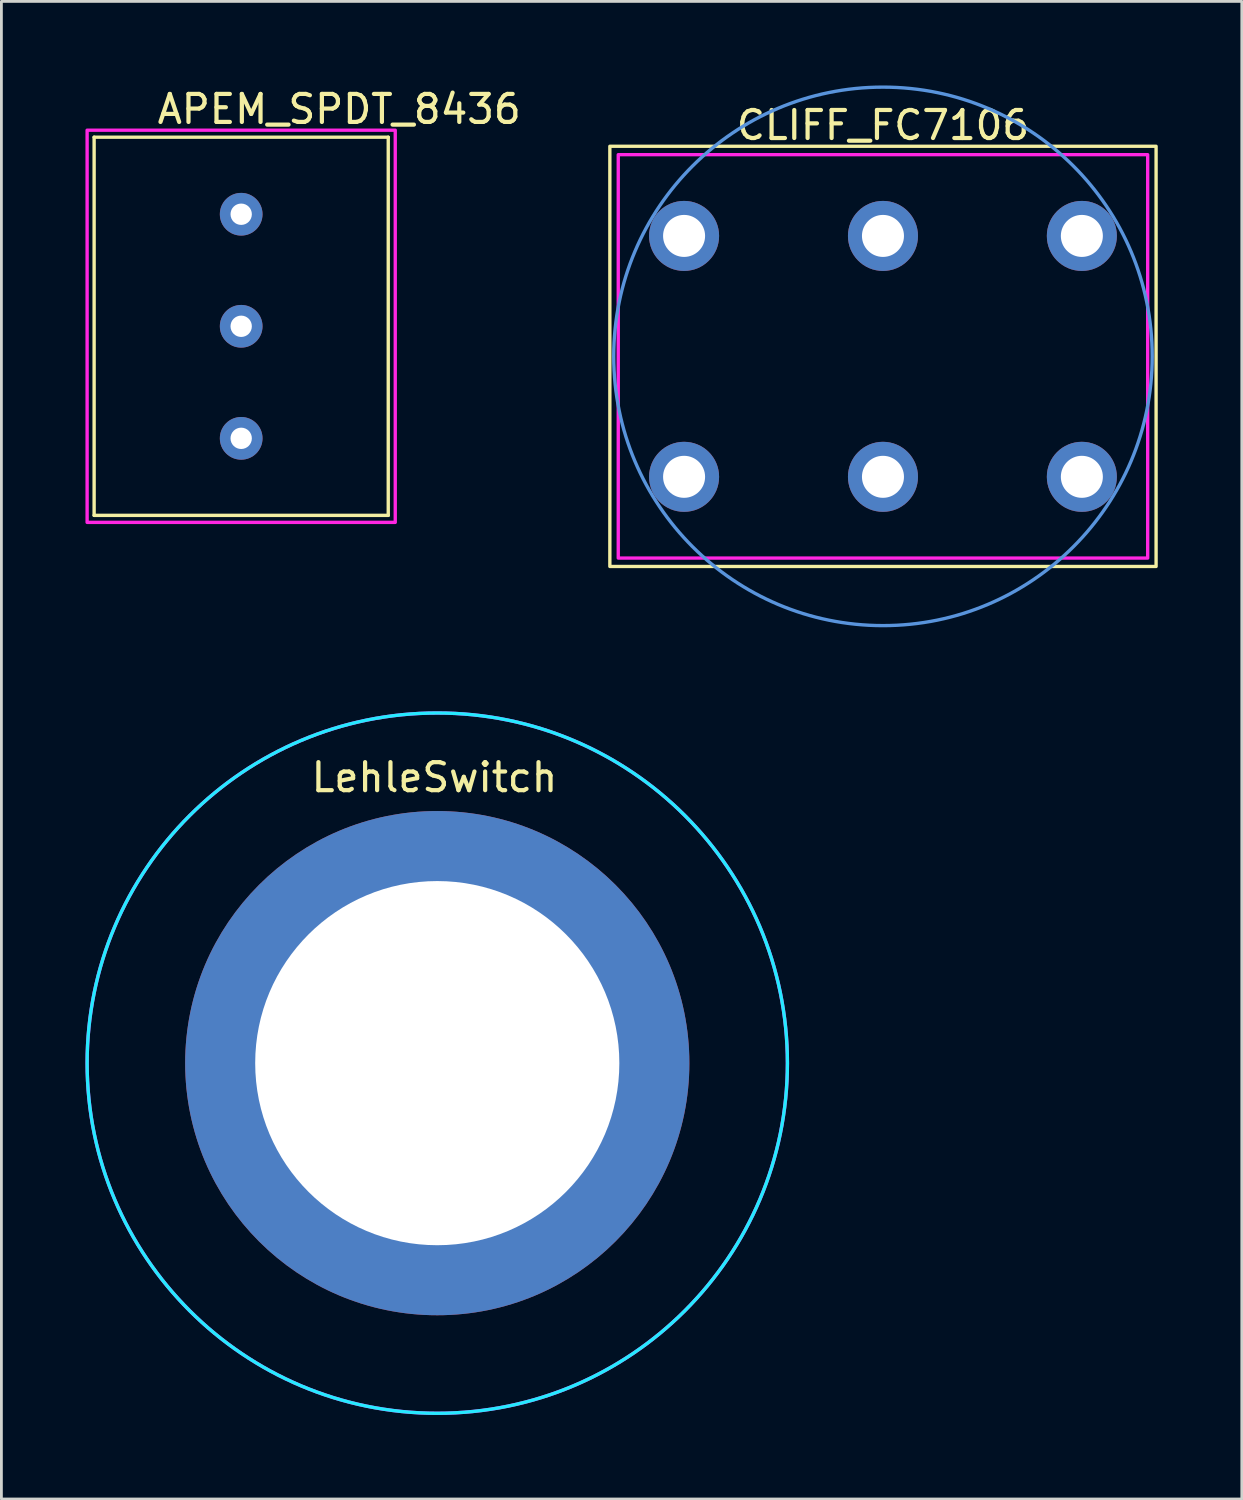
<source format=kicad_pcb>
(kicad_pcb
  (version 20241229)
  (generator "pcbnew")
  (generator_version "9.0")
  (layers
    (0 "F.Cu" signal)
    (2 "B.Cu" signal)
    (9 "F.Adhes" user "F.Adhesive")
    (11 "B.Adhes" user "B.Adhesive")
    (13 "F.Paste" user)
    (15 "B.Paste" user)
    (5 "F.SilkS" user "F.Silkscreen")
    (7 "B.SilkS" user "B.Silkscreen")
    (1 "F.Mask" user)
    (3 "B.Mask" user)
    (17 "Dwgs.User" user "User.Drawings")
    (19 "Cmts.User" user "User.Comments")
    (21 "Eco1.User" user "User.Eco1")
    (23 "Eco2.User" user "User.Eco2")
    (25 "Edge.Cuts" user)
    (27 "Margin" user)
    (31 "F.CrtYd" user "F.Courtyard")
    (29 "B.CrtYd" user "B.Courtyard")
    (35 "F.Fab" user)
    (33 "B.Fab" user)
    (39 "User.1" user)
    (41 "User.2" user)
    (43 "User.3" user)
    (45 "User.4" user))
  (footprint "LehleSwitch"
    (layer "F.Cu")
    (at 12.56 34.903)
    (property "Reference" "LehleSwitch" (at -0.1 -10.2 0) (layer "F.SilkS") (effects (font (size 1 1) (thickness 0.15))))
    (attr through_hole)
    (fp_circle (center 0 0) (end 12.5 0) (stroke (width 0.12) (type solid)) (fill no) (layer "B.CrtYd"))
    (fp_circle (center 0 0) (end 12.5 0) (stroke (width 0.12) (type solid)) (fill no) (layer "F.CrtYd"))
    (pad "1" thru_hole circle (at 0 0) (size 18 18) (drill 13) (layers "*.Cu" "*.Mask")))
  (footprint "CLIFF_FC7106"
    (layer "F.Cu")
    (at 28.471 9.672)
    (property "Reference" "CLIFF_FC7106" (at 0 -8.25 0) (unlocked yes) (layer "F.SilkS") (effects (font (size 1 1) (thickness 0.15))))
    (attr through_hole)
    (fp_rect (start -9.75 7.5) (end 9.75 -7.5) (stroke (width 0.12) (type solid)) (fill no) (layer "F.SilkS"))
    (fp_circle (center 0 0) (end -8.85 -3.75) (stroke (width 0.12) (type solid)) (fill no) (layer "Cmts.User"))
    (fp_rect (start -9.45 7.2) (end 9.45 -7.2) (stroke (width 0.12) (type solid)) (fill no) (layer "F.CrtYd"))
    (pad "1" thru_hole circle (at -7.1 4.3) (size 2.5 2.5) (drill 1.5) (layers "*.Cu" "*.Mask"))
    (pad "2" thru_hole circle (at 0 4.3) (size 2.5 2.5) (drill 1.5) (layers "*.Cu" "*.Mask"))
    (pad "3" thru_hole circle (at 7.1 4.3) (size 2.5 2.5) (drill 1.5) (layers "*.Cu" "*.Mask"))
    (pad "4" thru_hole circle (at -7.1 -4.3) (size 2.5 2.5) (drill 1.5) (layers "*.Cu" "*.Mask"))
    (pad "5" thru_hole circle (at 0 -4.3) (size 2.5 2.5) (drill 1.5) (layers "*.Cu" "*.Mask"))
    (pad "6" thru_hole circle (at 7.1 -4.3) (size 2.5 2.5) (drill 1.5) (layers "*.Cu" "*.Mask")))
  (footprint "APEM_SPDT_8436"
    (layer "F.Cu")
    (at 5.56 8.598)
    (property "Reference" "APEM_SPDT_8436" (at 3.5 -7.75 0) (unlocked yes) (layer "F.SilkS") (effects (font (size 1 1) (thickness 0.15))))
    (attr through_hole)
    (fp_line (start -5.25 -6.75) (end 5.25 -6.75) (stroke (width 0.12) (type solid)) (layer "F.SilkS"))
    (fp_line (start -5.25 6.75) (end -5.25 -6.75) (stroke (width 0.12) (type solid)) (layer "F.SilkS"))
    (fp_line (start 5.25 -6.75) (end 5.25 6.75) (stroke (width 0.12) (type solid)) (layer "F.SilkS"))
    (fp_line (start 5.25 6.75) (end -5.25 6.75) (stroke (width 0.12) (type solid)) (layer "F.SilkS"))
    (fp_rect (start -5.5 7) (end 5.5 -7) (stroke (width 0.12) (type solid)) (fill no) (layer "F.CrtYd"))
    (pad "1" thru_hole circle (at 0 4) (size 1.524 1.524) (drill 0.762) (layers "*.Cu" "*.Mask"))
    (pad "2" thru_hole circle (at 0 0) (size 1.524 1.524) (drill 0.762) (layers "*.Cu" "*.Mask"))
    (pad "3" thru_hole circle (at 0 -4) (size 1.524 1.524) (drill 0.762) (layers "*.Cu" "*.Mask")))
  (gr_rect
    (start -3 -3)
    (end 41.281 50.463)
    (stroke (width 0.1) (type default))
    (fill no)
    (layer "Edge.Cuts")))
</source>
